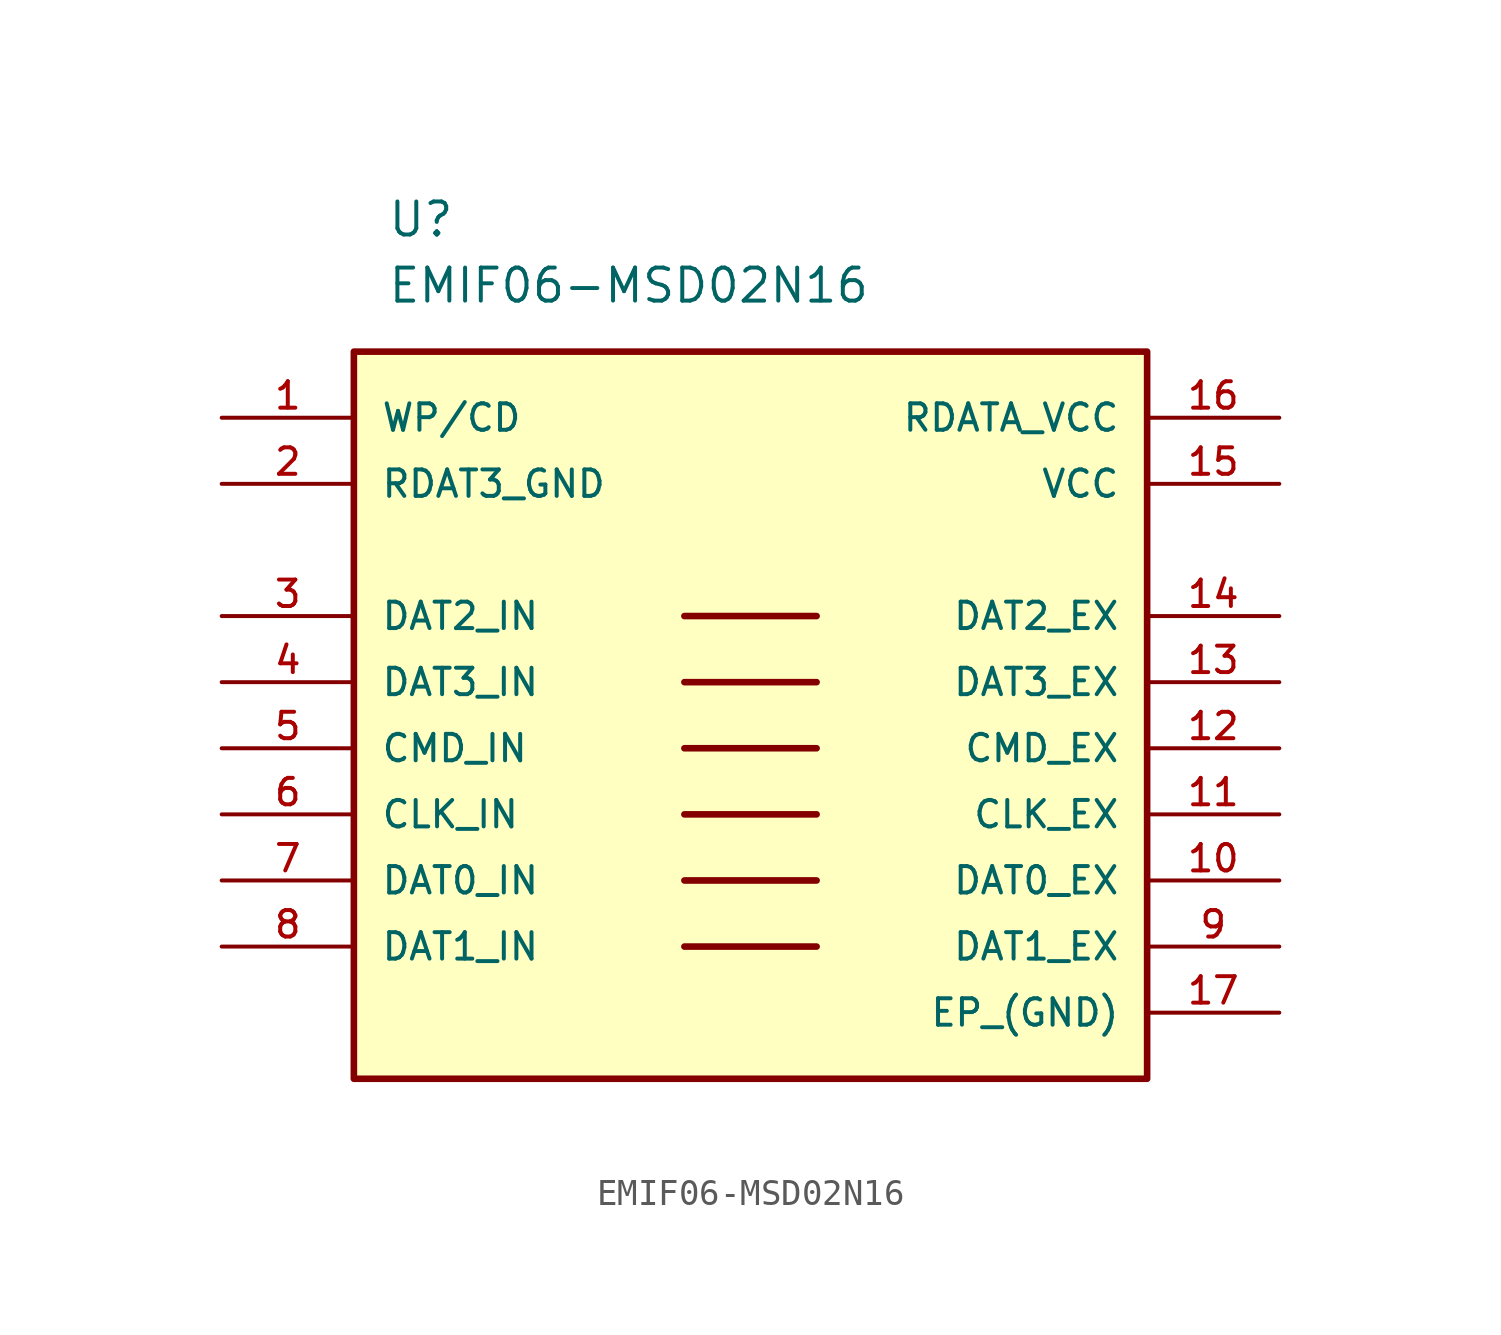
<source format=kicad_sym>
(kicad_symbol_lib
  (version 20211014)
  (generator kicad_symbol_editor)
  (symbol "EMIF06-MSD02N16"
    (pin_names
      (offset 1.016))
    (property "Reference" "U"
      (at -13.97 17.78 0)
      (effects (font (size 1.27 1.27)) (justify left)))
    (property "Value" "EMIF06-MSD02N16"
      (at -13.97 15.24 0)
      (effects (font (size 1.27 1.27)) (justify left)))
    (symbol "EMIF06-MSD02N16_0_0"
      (polyline (pts (xy -2.54 2.54) (xy 2.54 2.54)) (stroke (width 0.254)))
      (polyline (pts (xy -2.54 0.0) (xy 2.54 0.0)) (stroke (width 0.254)))
      (polyline (pts (xy -2.54 -2.54) (xy 2.54 -2.54)) (stroke (width 0.254)))
      (polyline (pts (xy -2.54 -5.08) (xy 2.54 -5.08)) (stroke (width 0.254)))
      (polyline (pts (xy -2.54 -7.62) (xy 2.54 -7.62)) (stroke (width 0.254)))
      (polyline (pts (xy -2.54 -10.16) (xy 2.54 -10.16)) (stroke (width 0.254)))
      (rectangle (start -15.24 -15.24) (end 15.24 12.7) (stroke (width 0.254)) (fill (type background)))
      (pin bidirectional line (at -20.32 10.16 0) (length 5.08) (name "WP/CD" (effects (font (size 1.016 1.016)))) (number "1" (effects (font (size 1.016 1.016)))))
      (pin bidirectional line (at -20.32 7.62 0) (length 5.08) (name "RDAT3_GND" (effects (font (size 1.016 1.016)))) (number "2" (effects (font (size 1.016 1.016)))))
      (pin bidirectional line (at -20.32 2.54 0) (length 5.08) (name "DAT2_IN" (effects (font (size 1.016 1.016)))) (number "3" (effects (font (size 1.016 1.016)))))
      (pin bidirectional line (at -20.32 0.0 0) (length 5.08) (name "DAT3_IN" (effects (font (size 1.016 1.016)))) (number "4" (effects (font (size 1.016 1.016)))))
      (pin bidirectional line (at -20.32 -2.54 0) (length 5.08) (name "CMD_IN" (effects (font (size 1.016 1.016)))) (number "5" (effects (font (size 1.016 1.016)))))
      (pin input line (at -20.32 -5.08 0) (length 5.08) (name "CLK_IN" (effects (font (size 1.016 1.016)))) (number "6" (effects (font (size 1.016 1.016)))))
      (pin bidirectional line (at -20.32 -7.62 0) (length 5.08) (name "DAT0_IN" (effects (font (size 1.016 1.016)))) (number "7" (effects (font (size 1.016 1.016)))))
      (pin bidirectional line (at -20.32 -10.16 0) (length 5.08) (name "DAT1_IN" (effects (font (size 1.016 1.016)))) (number "8" (effects (font (size 1.016 1.016)))))
      (pin bidirectional line (at 20.32 -10.16 180.0) (length 5.08) (name "DAT1_EX" (effects (font (size 1.016 1.016)))) (number "9" (effects (font (size 1.016 1.016)))))
      (pin bidirectional line (at 20.32 -7.62 180.0) (length 5.08) (name "DAT0_EX" (effects (font (size 1.016 1.016)))) (number "10" (effects (font (size 1.016 1.016)))))
      (pin output line (at 20.32 -5.08 180.0) (length 5.08) (name "CLK_EX" (effects (font (size 1.016 1.016)))) (number "11" (effects (font (size 1.016 1.016)))))
      (pin bidirectional line (at 20.32 -2.54 180.0) (length 5.08) (name "CMD_EX" (effects (font (size 1.016 1.016)))) (number "12" (effects (font (size 1.016 1.016)))))
      (pin bidirectional line (at 20.32 0.0 180.0) (length 5.08) (name "DAT3_EX" (effects (font (size 1.016 1.016)))) (number "13" (effects (font (size 1.016 1.016)))))
      (pin bidirectional line (at 20.32 2.54 180.0) (length 5.08) (name "DAT2_EX" (effects (font (size 1.016 1.016)))) (number "14" (effects (font (size 1.016 1.016)))))
      (pin power_in line (at 20.32 7.62 180.0) (length 5.08) (name "VCC" (effects (font (size 1.016 1.016)))) (number "15" (effects (font (size 1.016 1.016)))))
      (pin bidirectional line (at 20.32 10.16 180.0) (length 5.08) (name "RDATA_VCC" (effects (font (size 1.016 1.016)))) (number "16" (effects (font (size 1.016 1.016)))))
      (pin power_in line (at 20.32 -12.7 180.0) (length 5.08) (name "EP_(GND)" (effects (font (size 1.016 1.016)))) (number "17" (effects (font (size 1.016 1.016))))))))
</source>
